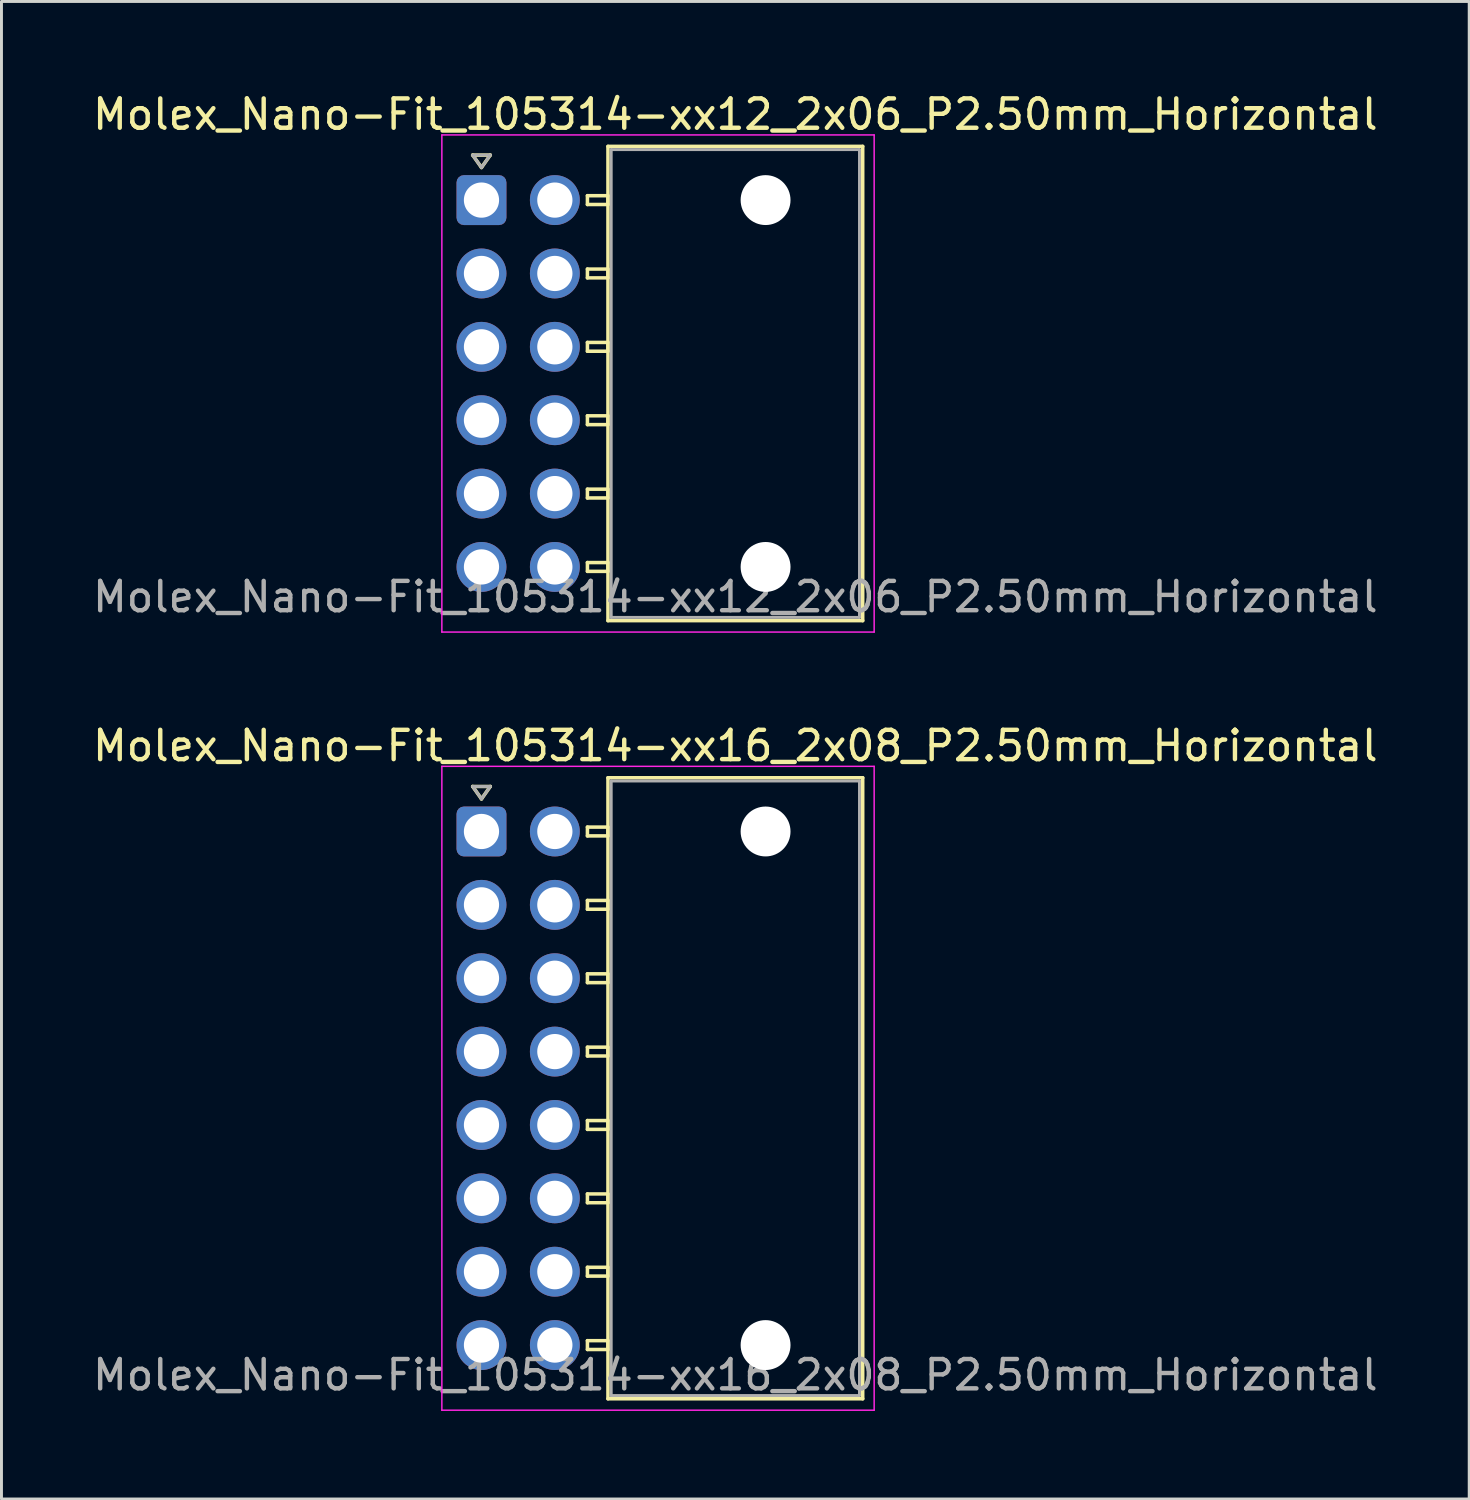
<source format=kicad_pcb>
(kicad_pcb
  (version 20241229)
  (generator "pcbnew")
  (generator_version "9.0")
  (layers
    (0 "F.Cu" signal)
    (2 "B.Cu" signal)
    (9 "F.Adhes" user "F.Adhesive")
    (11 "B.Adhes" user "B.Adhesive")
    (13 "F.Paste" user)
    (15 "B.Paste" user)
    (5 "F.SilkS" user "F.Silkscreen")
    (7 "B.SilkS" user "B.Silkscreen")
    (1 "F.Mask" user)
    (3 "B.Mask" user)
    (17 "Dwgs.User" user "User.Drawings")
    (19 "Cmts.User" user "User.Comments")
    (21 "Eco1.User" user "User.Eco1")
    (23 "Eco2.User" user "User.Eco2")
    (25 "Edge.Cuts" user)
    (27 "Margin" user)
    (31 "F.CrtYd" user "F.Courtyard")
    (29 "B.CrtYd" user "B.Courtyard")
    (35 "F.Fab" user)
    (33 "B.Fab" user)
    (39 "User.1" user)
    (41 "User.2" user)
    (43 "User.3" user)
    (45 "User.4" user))
  (footprint "Molex_Nano-Fit_105314-xx16_2x08_P2.50mm_Horizontal"
    (layer "F.Cu")
    (at 13.356 25.282)
    (property "Reference" "Molex_Nano-Fit_105314-xx16_2x08_P2.50mm_Horizontal" (at 8.65 -2.92 0) (layer "F.SilkS") (effects (font (size 1 1) (thickness 0.15))))
    (attr through_hole)
    (fp_line (start -0.3 -1.534) (end 0 -1.11) (stroke (width 0.12) (type solid)) (layer "F.SilkS"))
    (fp_line (start 0 -1.11) (end 0.3 -1.534) (stroke (width 0.12) (type solid)) (layer "F.SilkS"))
    (fp_line (start 0.3 -1.534) (end -0.3 -1.534) (stroke (width 0.12) (type solid)) (layer "F.SilkS"))
    (fp_line (start 3.61 -0.15) (end 3.61 0.15) (stroke (width 0.12) (type solid)) (layer "F.SilkS"))
    (fp_line (start 3.61 0.15) (end 4.31 0.15) (stroke (width 0.12) (type solid)) (layer "F.SilkS"))
    (fp_line (start 3.61 2.35) (end 3.61 2.65) (stroke (width 0.12) (type solid)) (layer "F.SilkS"))
    (fp_line (start 3.61 2.65) (end 4.31 2.65) (stroke (width 0.12) (type solid)) (layer "F.SilkS"))
    (fp_line (start 3.61 4.85) (end 3.61 5.15) (stroke (width 0.12) (type solid)) (layer "F.SilkS"))
    (fp_line (start 3.61 5.15) (end 4.31 5.15) (stroke (width 0.12) (type solid)) (layer "F.SilkS"))
    (fp_line (start 3.61 7.35) (end 3.61 7.65) (stroke (width 0.12) (type solid)) (layer "F.SilkS"))
    (fp_line (start 3.61 7.65) (end 4.31 7.65) (stroke (width 0.12) (type solid)) (layer "F.SilkS"))
    (fp_line (start 3.61 9.85) (end 3.61 10.15) (stroke (width 0.12) (type solid)) (layer "F.SilkS"))
    (fp_line (start 3.61 10.15) (end 4.31 10.15) (stroke (width 0.12) (type solid)) (layer "F.SilkS"))
    (fp_line (start 3.61 12.35) (end 3.61 12.65) (stroke (width 0.12) (type solid)) (layer "F.SilkS"))
    (fp_line (start 3.61 12.65) (end 4.31 12.65) (stroke (width 0.12) (type solid)) (layer "F.SilkS"))
    (fp_line (start 3.61 14.85) (end 3.61 15.15) (stroke (width 0.12) (type solid)) (layer "F.SilkS"))
    (fp_line (start 3.61 15.15) (end 4.31 15.15) (stroke (width 0.12) (type solid)) (layer "F.SilkS"))
    (fp_line (start 3.61 17.35) (end 3.61 17.65) (stroke (width 0.12) (type solid)) (layer "F.SilkS"))
    (fp_line (start 3.61 17.65) (end 4.31 17.65) (stroke (width 0.12) (type solid)) (layer "F.SilkS"))
    (fp_line (start 4.31 -1.83) (end 4.31 19.33) (stroke (width 0.12) (type solid)) (layer "F.SilkS"))
    (fp_line (start 4.31 -0.15) (end 3.61 -0.15) (stroke (width 0.12) (type solid)) (layer "F.SilkS"))
    (fp_line (start 4.31 0.15) (end 4.31 -0.15) (stroke (width 0.12) (type solid)) (layer "F.SilkS"))
    (fp_line (start 4.31 2.35) (end 3.61 2.35) (stroke (width 0.12) (type solid)) (layer "F.SilkS"))
    (fp_line (start 4.31 2.65) (end 4.31 2.35) (stroke (width 0.12) (type solid)) (layer "F.SilkS"))
    (fp_line (start 4.31 4.85) (end 3.61 4.85) (stroke (width 0.12) (type solid)) (layer "F.SilkS"))
    (fp_line (start 4.31 5.15) (end 4.31 4.85) (stroke (width 0.12) (type solid)) (layer "F.SilkS"))
    (fp_line (start 4.31 7.35) (end 3.61 7.35) (stroke (width 0.12) (type solid)) (layer "F.SilkS"))
    (fp_line (start 4.31 7.65) (end 4.31 7.35) (stroke (width 0.12) (type solid)) (layer "F.SilkS"))
    (fp_line (start 4.31 9.85) (end 3.61 9.85) (stroke (width 0.12) (type solid)) (layer "F.SilkS"))
    (fp_line (start 4.31 10.15) (end 4.31 9.85) (stroke (width 0.12) (type solid)) (layer "F.SilkS"))
    (fp_line (start 4.31 12.35) (end 3.61 12.35) (stroke (width 0.12) (type solid)) (layer "F.SilkS"))
    (fp_line (start 4.31 12.65) (end 4.31 12.35) (stroke (width 0.12) (type solid)) (layer "F.SilkS"))
    (fp_line (start 4.31 14.85) (end 3.61 14.85) (stroke (width 0.12) (type solid)) (layer "F.SilkS"))
    (fp_line (start 4.31 15.15) (end 4.31 14.85) (stroke (width 0.12) (type solid)) (layer "F.SilkS"))
    (fp_line (start 4.31 17.35) (end 3.61 17.35) (stroke (width 0.12) (type solid)) (layer "F.SilkS"))
    (fp_line (start 4.31 17.65) (end 4.31 17.35) (stroke (width 0.12) (type solid)) (layer "F.SilkS"))
    (fp_line (start 4.31 19.33) (end 12.99 19.33) (stroke (width 0.12) (type solid)) (layer "F.SilkS"))
    (fp_line (start 12.99 -1.83) (end 4.31 -1.83) (stroke (width 0.12) (type solid)) (layer "F.SilkS"))
    (fp_line (start 12.99 19.33) (end 12.99 -1.83) (stroke (width 0.12) (type solid)) (layer "F.SilkS"))
    (fp_line (start -1.35 -2.22) (end -1.35 19.72) (stroke (width 0.05) (type solid)) (layer "F.CrtYd"))
    (fp_line (start -1.35 19.72) (end 13.38 19.72) (stroke (width 0.05) (type solid)) (layer "F.CrtYd"))
    (fp_line (start 13.38 -2.22) (end -1.35 -2.22) (stroke (width 0.05) (type solid)) (layer "F.CrtYd"))
    (fp_line (start 13.38 19.72) (end 13.38 -2.22) (stroke (width 0.05) (type solid)) (layer "F.CrtYd"))
    (fp_line (start -0.3 -1.534) (end 0 -1.11) (stroke (width 0.1) (type solid)) (layer "F.Fab"))
    (fp_line (start 0 -1.11) (end 0.3 -1.534) (stroke (width 0.1) (type solid)) (layer "F.Fab"))
    (fp_line (start 0.3 -1.534) (end -0.3 -1.534) (stroke (width 0.1) (type solid)) (layer "F.Fab"))
    (fp_line (start 4.42 -1.72) (end 4.42 19.22) (stroke (width 0.1) (type solid)) (layer "F.Fab"))
    (fp_line (start 4.42 19.22) (end 12.88 19.22) (stroke (width 0.1) (type solid)) (layer "F.Fab"))
    (fp_line (start 12.88 -1.72) (end 4.42 -1.72) (stroke (width 0.1) (type solid)) (layer "F.Fab"))
    (fp_line (start 12.88 19.22) (end 12.88 -1.72) (stroke (width 0.1) (type solid)) (layer "F.Fab"))
    (fp_text user "${REFERENCE}" (at 8.65 18.52 0) (layer "F.Fab") (effects (font (size 1 1) (thickness 0.15))))
    (pad "" np_thru_hole circle (at 9.68 0) (size 1.7 1.7) (drill 1.7) (layers "*.Cu" "*.Mask"))
    (pad "" np_thru_hole circle (at 9.68 17.5) (size 1.7 1.7) (drill 1.7) (layers "*.Cu" "*.Mask"))
    (pad "1" thru_hole roundrect (at 0 0) (size 1.7 1.7) (drill 1.2) (layers "*.Cu" "*.Mask") (roundrect_rratio 0.147))
    (pad "2" thru_hole circle (at 0 2.5) (size 1.7 1.7) (drill 1.2) (layers "*.Cu" "*.Mask"))
    (pad "3" thru_hole circle (at 0 5) (size 1.7 1.7) (drill 1.2) (layers "*.Cu" "*.Mask"))
    (pad "4" thru_hole circle (at 0 7.5) (size 1.7 1.7) (drill 1.2) (layers "*.Cu" "*.Mask"))
    (pad "5" thru_hole circle (at 0 10) (size 1.7 1.7) (drill 1.2) (layers "*.Cu" "*.Mask"))
    (pad "6" thru_hole circle (at 0 12.5) (size 1.7 1.7) (drill 1.2) (layers "*.Cu" "*.Mask"))
    (pad "7" thru_hole circle (at 0 15) (size 1.7 1.7) (drill 1.2) (layers "*.Cu" "*.Mask"))
    (pad "8" thru_hole circle (at 0 17.5) (size 1.7 1.7) (drill 1.2) (layers "*.Cu" "*.Mask"))
    (pad "9" thru_hole circle (at 2.5 0) (size 1.7 1.7) (drill 1.2) (layers "*.Cu" "*.Mask"))
    (pad "10" thru_hole circle (at 2.5 2.5) (size 1.7 1.7) (drill 1.2) (layers "*.Cu" "*.Mask"))
    (pad "11" thru_hole circle (at 2.5 5) (size 1.7 1.7) (drill 1.2) (layers "*.Cu" "*.Mask"))
    (pad "12" thru_hole circle (at 2.5 7.5) (size 1.7 1.7) (drill 1.2) (layers "*.Cu" "*.Mask"))
    (pad "13" thru_hole circle (at 2.5 10) (size 1.7 1.7) (drill 1.2) (layers "*.Cu" "*.Mask"))
    (pad "14" thru_hole circle (at 2.5 12.5) (size 1.7 1.7) (drill 1.2) (layers "*.Cu" "*.Mask"))
    (pad "15" thru_hole circle (at 2.5 15) (size 1.7 1.7) (drill 1.2) (layers "*.Cu" "*.Mask"))
    (pad "16" thru_hole circle (at 2.5 17.5) (size 1.7 1.7) (drill 1.2) (layers "*.Cu" "*.Mask")))
  (footprint "Molex_Nano-Fit_105314-xx12_2x06_P2.50mm_Horizontal"
    (layer "F.Cu")
    (at 13.356 3.768)
    (property "Reference" "Molex_Nano-Fit_105314-xx12_2x06_P2.50mm_Horizontal" (at 8.65 -2.92 0) (layer "F.SilkS") (effects (font (size 1 1) (thickness 0.15))))
    (attr through_hole)
    (fp_line (start -0.3 -1.534) (end 0 -1.11) (stroke (width 0.12) (type solid)) (layer "F.SilkS"))
    (fp_line (start 0 -1.11) (end 0.3 -1.534) (stroke (width 0.12) (type solid)) (layer "F.SilkS"))
    (fp_line (start 0.3 -1.534) (end -0.3 -1.534) (stroke (width 0.12) (type solid)) (layer "F.SilkS"))
    (fp_line (start 3.61 -0.15) (end 3.61 0.15) (stroke (width 0.12) (type solid)) (layer "F.SilkS"))
    (fp_line (start 3.61 0.15) (end 4.31 0.15) (stroke (width 0.12) (type solid)) (layer "F.SilkS"))
    (fp_line (start 3.61 2.35) (end 3.61 2.65) (stroke (width 0.12) (type solid)) (layer "F.SilkS"))
    (fp_line (start 3.61 2.65) (end 4.31 2.65) (stroke (width 0.12) (type solid)) (layer "F.SilkS"))
    (fp_line (start 3.61 4.85) (end 3.61 5.15) (stroke (width 0.12) (type solid)) (layer "F.SilkS"))
    (fp_line (start 3.61 5.15) (end 4.31 5.15) (stroke (width 0.12) (type solid)) (layer "F.SilkS"))
    (fp_line (start 3.61 7.35) (end 3.61 7.65) (stroke (width 0.12) (type solid)) (layer "F.SilkS"))
    (fp_line (start 3.61 7.65) (end 4.31 7.65) (stroke (width 0.12) (type solid)) (layer "F.SilkS"))
    (fp_line (start 3.61 9.85) (end 3.61 10.15) (stroke (width 0.12) (type solid)) (layer "F.SilkS"))
    (fp_line (start 3.61 10.15) (end 4.31 10.15) (stroke (width 0.12) (type solid)) (layer "F.SilkS"))
    (fp_line (start 3.61 12.35) (end 3.61 12.65) (stroke (width 0.12) (type solid)) (layer "F.SilkS"))
    (fp_line (start 3.61 12.65) (end 4.31 12.65) (stroke (width 0.12) (type solid)) (layer "F.SilkS"))
    (fp_line (start 4.31 -1.83) (end 4.31 14.33) (stroke (width 0.12) (type solid)) (layer "F.SilkS"))
    (fp_line (start 4.31 -0.15) (end 3.61 -0.15) (stroke (width 0.12) (type solid)) (layer "F.SilkS"))
    (fp_line (start 4.31 0.15) (end 4.31 -0.15) (stroke (width 0.12) (type solid)) (layer "F.SilkS"))
    (fp_line (start 4.31 2.35) (end 3.61 2.35) (stroke (width 0.12) (type solid)) (layer "F.SilkS"))
    (fp_line (start 4.31 2.65) (end 4.31 2.35) (stroke (width 0.12) (type solid)) (layer "F.SilkS"))
    (fp_line (start 4.31 4.85) (end 3.61 4.85) (stroke (width 0.12) (type solid)) (layer "F.SilkS"))
    (fp_line (start 4.31 5.15) (end 4.31 4.85) (stroke (width 0.12) (type solid)) (layer "F.SilkS"))
    (fp_line (start 4.31 7.35) (end 3.61 7.35) (stroke (width 0.12) (type solid)) (layer "F.SilkS"))
    (fp_line (start 4.31 7.65) (end 4.31 7.35) (stroke (width 0.12) (type solid)) (layer "F.SilkS"))
    (fp_line (start 4.31 9.85) (end 3.61 9.85) (stroke (width 0.12) (type solid)) (layer "F.SilkS"))
    (fp_line (start 4.31 10.15) (end 4.31 9.85) (stroke (width 0.12) (type solid)) (layer "F.SilkS"))
    (fp_line (start 4.31 12.35) (end 3.61 12.35) (stroke (width 0.12) (type solid)) (layer "F.SilkS"))
    (fp_line (start 4.31 12.65) (end 4.31 12.35) (stroke (width 0.12) (type solid)) (layer "F.SilkS"))
    (fp_line (start 4.31 14.33) (end 12.99 14.33) (stroke (width 0.12) (type solid)) (layer "F.SilkS"))
    (fp_line (start 12.99 -1.83) (end 4.31 -1.83) (stroke (width 0.12) (type solid)) (layer "F.SilkS"))
    (fp_line (start 12.99 14.33) (end 12.99 -1.83) (stroke (width 0.12) (type solid)) (layer "F.SilkS"))
    (fp_line (start -1.35 -2.22) (end -1.35 14.72) (stroke (width 0.05) (type solid)) (layer "F.CrtYd"))
    (fp_line (start -1.35 14.72) (end 13.38 14.72) (stroke (width 0.05) (type solid)) (layer "F.CrtYd"))
    (fp_line (start 13.38 -2.22) (end -1.35 -2.22) (stroke (width 0.05) (type solid)) (layer "F.CrtYd"))
    (fp_line (start 13.38 14.72) (end 13.38 -2.22) (stroke (width 0.05) (type solid)) (layer "F.CrtYd"))
    (fp_line (start -0.3 -1.534) (end 0 -1.11) (stroke (width 0.1) (type solid)) (layer "F.Fab"))
    (fp_line (start 0 -1.11) (end 0.3 -1.534) (stroke (width 0.1) (type solid)) (layer "F.Fab"))
    (fp_line (start 0.3 -1.534) (end -0.3 -1.534) (stroke (width 0.1) (type solid)) (layer "F.Fab"))
    (fp_line (start 4.42 -1.72) (end 4.42 14.22) (stroke (width 0.1) (type solid)) (layer "F.Fab"))
    (fp_line (start 4.42 14.22) (end 12.88 14.22) (stroke (width 0.1) (type solid)) (layer "F.Fab"))
    (fp_line (start 12.88 -1.72) (end 4.42 -1.72) (stroke (width 0.1) (type solid)) (layer "F.Fab"))
    (fp_line (start 12.88 14.22) (end 12.88 -1.72) (stroke (width 0.1) (type solid)) (layer "F.Fab"))
    (fp_text user "${REFERENCE}" (at 8.65 13.52 0) (layer "F.Fab") (effects (font (size 1 1) (thickness 0.15))))
    (pad "" np_thru_hole circle (at 9.68 0) (size 1.7 1.7) (drill 1.7) (layers "*.Cu" "*.Mask"))
    (pad "" np_thru_hole circle (at 9.68 12.5) (size 1.7 1.7) (drill 1.7) (layers "*.Cu" "*.Mask"))
    (pad "1" thru_hole roundrect (at 0 0) (size 1.7 1.7) (drill 1.2) (layers "*.Cu" "*.Mask") (roundrect_rratio 0.147))
    (pad "2" thru_hole circle (at 0 2.5) (size 1.7 1.7) (drill 1.2) (layers "*.Cu" "*.Mask"))
    (pad "3" thru_hole circle (at 0 5) (size 1.7 1.7) (drill 1.2) (layers "*.Cu" "*.Mask"))
    (pad "4" thru_hole circle (at 0 7.5) (size 1.7 1.7) (drill 1.2) (layers "*.Cu" "*.Mask"))
    (pad "5" thru_hole circle (at 0 10) (size 1.7 1.7) (drill 1.2) (layers "*.Cu" "*.Mask"))
    (pad "6" thru_hole circle (at 0 12.5) (size 1.7 1.7) (drill 1.2) (layers "*.Cu" "*.Mask"))
    (pad "7" thru_hole circle (at 2.5 0) (size 1.7 1.7) (drill 1.2) (layers "*.Cu" "*.Mask"))
    (pad "8" thru_hole circle (at 2.5 2.5) (size 1.7 1.7) (drill 1.2) (layers "*.Cu" "*.Mask"))
    (pad "9" thru_hole circle (at 2.5 5) (size 1.7 1.7) (drill 1.2) (layers "*.Cu" "*.Mask"))
    (pad "10" thru_hole circle (at 2.5 7.5) (size 1.7 1.7) (drill 1.2) (layers "*.Cu" "*.Mask"))
    (pad "11" thru_hole circle (at 2.5 10) (size 1.7 1.7) (drill 1.2) (layers "*.Cu" "*.Mask"))
    (pad "12" thru_hole circle (at 2.5 12.5) (size 1.7 1.7) (drill 1.2) (layers "*.Cu" "*.Mask")))
  (gr_rect
    (start -3 -3)
    (end 47.012 48.026)
    (stroke (width 0.1) (type default))
    (fill no)
    (layer "Edge.Cuts")))
</source>
